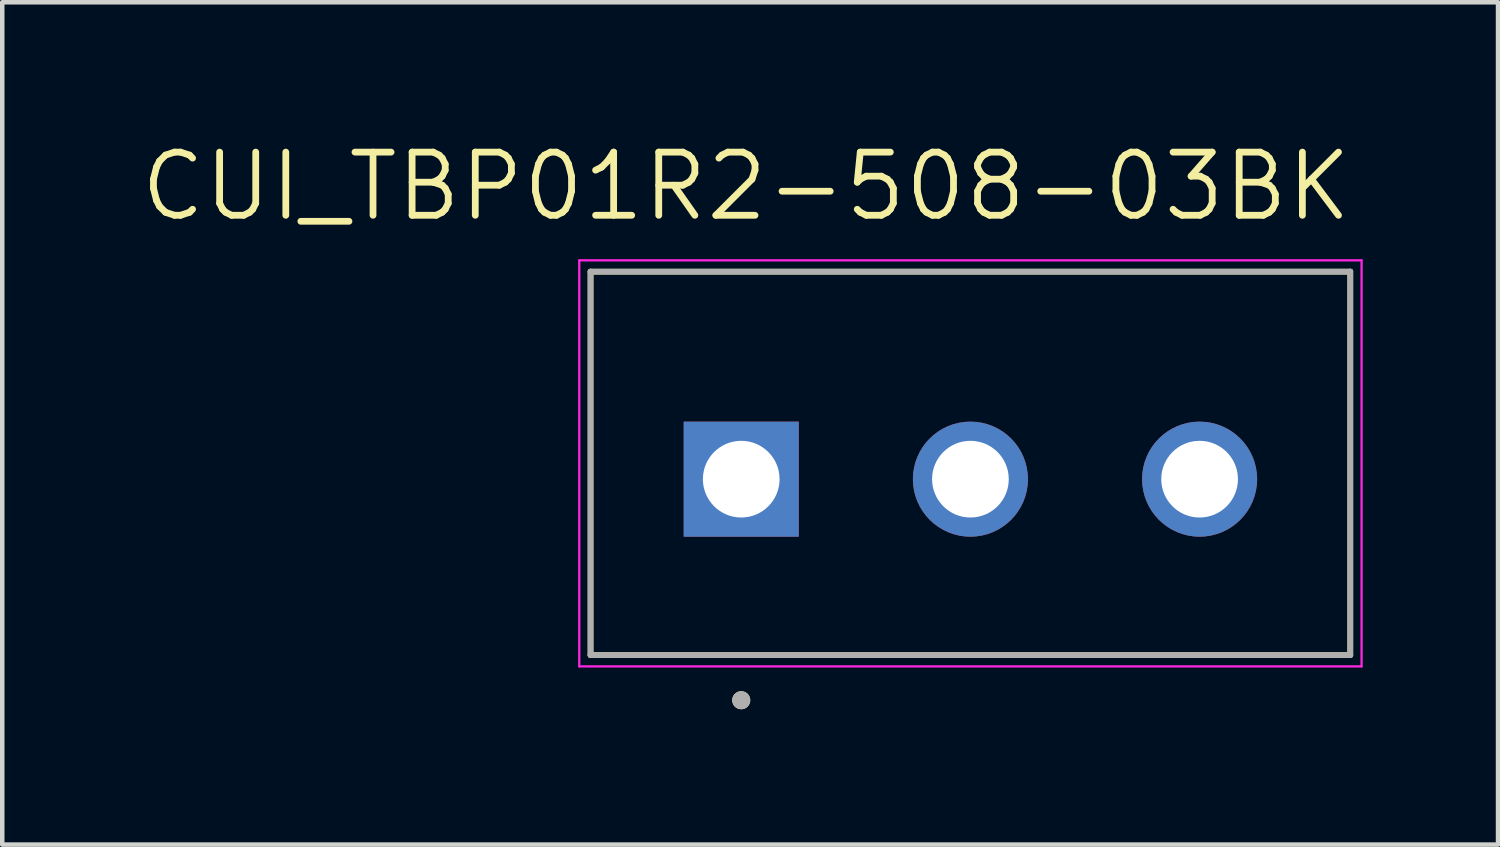
<source format=kicad_pcb>
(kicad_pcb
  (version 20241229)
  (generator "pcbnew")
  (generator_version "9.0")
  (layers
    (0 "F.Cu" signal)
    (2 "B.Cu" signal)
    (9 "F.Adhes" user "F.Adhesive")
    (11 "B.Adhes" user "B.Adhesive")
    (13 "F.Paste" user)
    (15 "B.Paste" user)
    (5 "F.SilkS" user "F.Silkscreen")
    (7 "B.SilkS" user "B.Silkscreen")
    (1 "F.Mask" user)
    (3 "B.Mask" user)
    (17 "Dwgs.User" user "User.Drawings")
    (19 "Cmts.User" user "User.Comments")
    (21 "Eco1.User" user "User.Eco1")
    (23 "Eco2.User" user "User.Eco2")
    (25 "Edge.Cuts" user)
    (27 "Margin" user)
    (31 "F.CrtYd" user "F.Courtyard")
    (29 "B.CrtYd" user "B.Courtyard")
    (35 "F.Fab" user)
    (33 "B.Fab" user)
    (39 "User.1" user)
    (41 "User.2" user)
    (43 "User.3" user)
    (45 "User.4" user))
  (footprint "CUI_TBP01R2-508-03BK"
    (layer "F.Cu")
    (at 13.38 7.571)
    (property "Reference" "CUI_TBP01R2-508-03BK" (at 0.105 -6.489 0) (layer "F.SilkS") (effects (font (size 1.4 1.4) (thickness 0.15))))
    (attr through_hole)
    (fp_line (start -3.34 -4.6) (end 13.5 -4.6) (stroke (width 0.127) (type solid)) (layer "F.SilkS"))
    (fp_line (start -3.34 3.9) (end -3.34 -4.6) (stroke (width 0.127) (type solid)) (layer "F.SilkS"))
    (fp_line (start 13.5 -4.6) (end 13.5 3.9) (stroke (width 0.127) (type solid)) (layer "F.SilkS"))
    (fp_line (start 13.5 3.9) (end -3.34 3.9) (stroke (width 0.127) (type solid)) (layer "F.SilkS"))
    (fp_circle (center 0 4.9) (end 0.1 4.9) (stroke (width 0.2) (type solid)) (fill no) (layer "F.SilkS"))
    (fp_line (start -3.59 -4.85) (end 13.75 -4.85) (stroke (width 0.05) (type solid)) (layer "F.CrtYd"))
    (fp_line (start -3.59 4.15) (end -3.59 -4.85) (stroke (width 0.05) (type solid)) (layer "F.CrtYd"))
    (fp_line (start 13.75 -4.85) (end 13.75 4.15) (stroke (width 0.05) (type solid)) (layer "F.CrtYd"))
    (fp_line (start 13.75 4.15) (end -3.59 4.15) (stroke (width 0.05) (type solid)) (layer "F.CrtYd"))
    (fp_line (start -3.34 -4.6) (end 13.5 -4.6) (stroke (width 0.127) (type solid)) (layer "F.Fab"))
    (fp_line (start -3.34 3.9) (end -3.34 -4.6) (stroke (width 0.127) (type solid)) (layer "F.Fab"))
    (fp_line (start 13.5 -4.6) (end 13.5 3.9) (stroke (width 0.127) (type solid)) (layer "F.Fab"))
    (fp_line (start 13.5 3.9) (end -3.34 3.9) (stroke (width 0.127) (type solid)) (layer "F.Fab"))
    (fp_circle (center 0 4.9) (end 0.1 4.9) (stroke (width 0.2) (type solid)) (fill no) (layer "F.Fab"))
    (pad "1" thru_hole rect (at 0 0) (size 2.55 2.55) (drill 1.7) (layers "*.Cu" "*.Mask"))
    (pad "2" thru_hole circle (at 5.08 0) (size 2.55 2.55) (drill 1.7) (layers "*.Cu" "*.Mask"))
    (pad "3" thru_hole circle (at 10.16 0) (size 2.55 2.55) (drill 1.7) (layers "*.Cu" "*.Mask")))
  (gr_rect
    (start -3 -3)
    (end 30.155 15.671)
    (stroke (width 0.1) (type default))
    (fill no)
    (layer "Edge.Cuts")))
</source>
